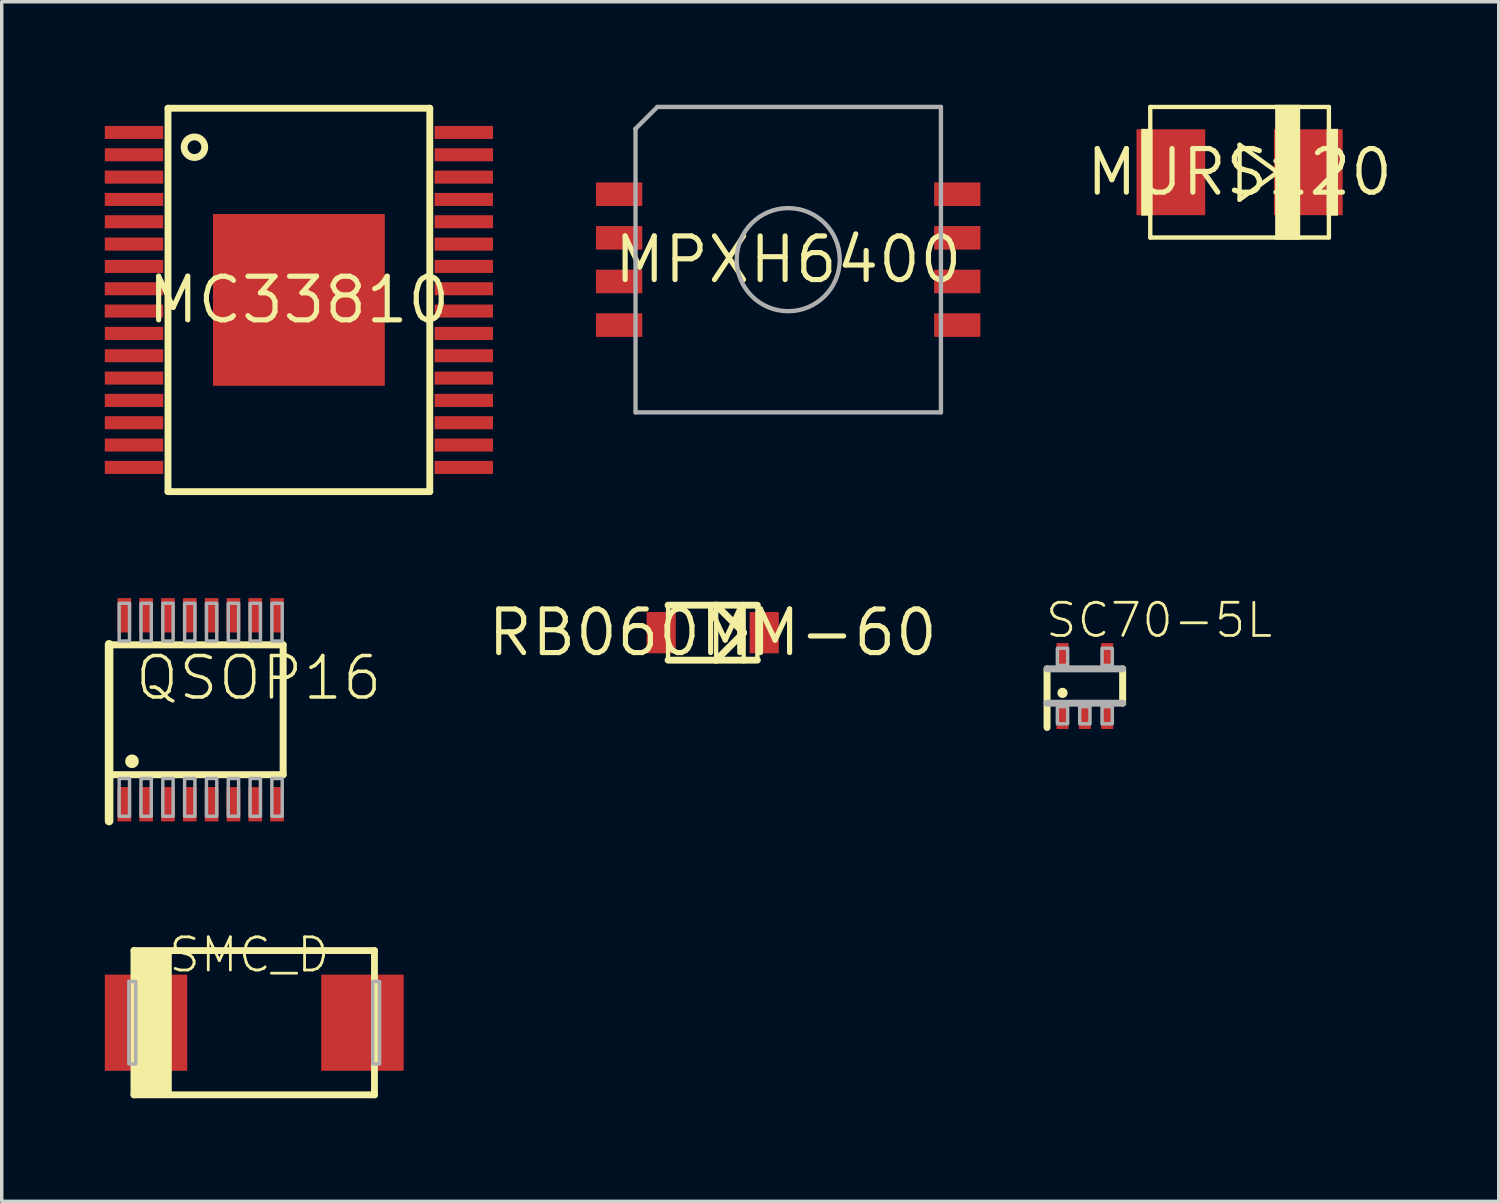
<source format=kicad_pcb>
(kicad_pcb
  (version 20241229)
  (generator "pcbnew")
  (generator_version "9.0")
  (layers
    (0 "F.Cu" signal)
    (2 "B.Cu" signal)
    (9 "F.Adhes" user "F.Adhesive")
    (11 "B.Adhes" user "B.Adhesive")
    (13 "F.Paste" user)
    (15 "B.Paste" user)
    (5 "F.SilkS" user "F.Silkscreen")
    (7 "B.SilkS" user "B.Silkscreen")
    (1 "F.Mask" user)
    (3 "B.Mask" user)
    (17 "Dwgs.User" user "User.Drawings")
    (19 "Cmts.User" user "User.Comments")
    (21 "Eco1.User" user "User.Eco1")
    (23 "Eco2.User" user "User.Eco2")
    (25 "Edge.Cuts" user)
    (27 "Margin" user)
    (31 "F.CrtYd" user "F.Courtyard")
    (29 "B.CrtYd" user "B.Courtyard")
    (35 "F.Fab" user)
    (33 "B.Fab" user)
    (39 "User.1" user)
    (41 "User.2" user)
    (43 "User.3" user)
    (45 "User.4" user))
  (footprint "MC33810"
    (layer "F.Cu")
    (at 5.65 5.68)
    (property "Reference" "MC33810" (at 0 0 0) (layer "F.SilkS") (effects (font (size 1.27 1.27) (thickness 0.15))))
    (attr through_hole)
    (fp_line (start -3.81 -5.58) (end -3.81 5.58) (stroke (width 0.2) (type solid)) (layer "F.SilkS"))
    (fp_line (start -3.81 5.58) (end 3.81 5.58) (stroke (width 0.2) (type solid)) (layer "F.SilkS"))
    (fp_line (start 3.81 -5.58) (end -3.81 -5.58) (stroke (width 0.2) (type solid)) (layer "F.SilkS"))
    (fp_line (start 3.81 5.58) (end 3.81 -5.58) (stroke (width 0.2) (type solid)) (layer "F.SilkS"))
    (fp_circle (center -3.04 -4.445) (end -2.74 -4.445) (stroke (width 0.2) (type solid)) (fill no) (layer "F.SilkS"))
    (pad "1" smd rect (at -4.8 -4.875) (size 1.7 0.38) (layers "F.Cu" "F.Mask" "F.Paste"))
    (pad "2" smd rect (at -4.8 -4.225) (size 1.7 0.38) (layers "F.Cu" "F.Mask" "F.Paste"))
    (pad "3" smd rect (at -4.8 -3.575) (size 1.7 0.38) (layers "F.Cu" "F.Mask" "F.Paste"))
    (pad "4" smd rect (at -4.8 -2.925) (size 1.7 0.38) (layers "F.Cu" "F.Mask" "F.Paste"))
    (pad "5" smd rect (at -4.8 -2.275) (size 1.7 0.38) (layers "F.Cu" "F.Mask" "F.Paste"))
    (pad "6" smd rect (at -4.8 -1.625) (size 1.7 0.38) (layers "F.Cu" "F.Mask" "F.Paste"))
    (pad "7" smd rect (at -4.8 -0.975) (size 1.7 0.38) (layers "F.Cu" "F.Mask" "F.Paste"))
    (pad "8" smd rect (at -4.8 -0.325) (size 1.7 0.38) (layers "F.Cu" "F.Mask" "F.Paste"))
    (pad "9" smd rect (at -4.8 0.325) (size 1.7 0.38) (layers "F.Cu" "F.Mask" "F.Paste"))
    (pad "10" smd rect (at -4.8 0.975) (size 1.7 0.38) (layers "F.Cu" "F.Mask" "F.Paste"))
    (pad "11" smd rect (at -4.8 1.625) (size 1.7 0.38) (layers "F.Cu" "F.Mask" "F.Paste"))
    (pad "12" smd rect (at -4.8 2.275) (size 1.7 0.38) (layers "F.Cu" "F.Mask" "F.Paste"))
    (pad "13" smd rect (at -4.8 2.925) (size 1.7 0.38) (layers "F.Cu" "F.Mask" "F.Paste"))
    (pad "14" smd rect (at -4.8 3.575) (size 1.7 0.38) (layers "F.Cu" "F.Mask" "F.Paste"))
    (pad "15" smd rect (at -4.8 4.225) (size 1.7 0.38) (layers "F.Cu" "F.Mask" "F.Paste"))
    (pad "16" smd rect (at -4.8 4.875) (size 1.7 0.38) (layers "F.Cu" "F.Mask" "F.Paste"))
    (pad "17" smd rect (at 4.8 4.875) (size 1.7 0.38) (layers "F.Cu" "F.Mask" "F.Paste"))
    (pad "18" smd rect (at 4.8 4.225) (size 1.7 0.38) (layers "F.Cu" "F.Mask" "F.Paste"))
    (pad "19" smd rect (at 4.8 3.575) (size 1.7 0.38) (layers "F.Cu" "F.Mask" "F.Paste"))
    (pad "20" smd rect (at 4.8 2.925) (size 1.7 0.38) (layers "F.Cu" "F.Mask" "F.Paste"))
    (pad "21" smd rect (at 4.8 2.275) (size 1.7 0.38) (layers "F.Cu" "F.Mask" "F.Paste"))
    (pad "22" smd rect (at 4.8 1.625) (size 1.7 0.38) (layers "F.Cu" "F.Mask" "F.Paste"))
    (pad "23" smd rect (at 4.8 0.975) (size 1.7 0.38) (layers "F.Cu" "F.Mask" "F.Paste"))
    (pad "24" smd rect (at 4.8 0.325) (size 1.7 0.38) (layers "F.Cu" "F.Mask" "F.Paste"))
    (pad "25" smd rect (at 4.8 -0.325) (size 1.7 0.38) (layers "F.Cu" "F.Mask" "F.Paste"))
    (pad "26" smd rect (at 4.8 -0.975) (size 1.7 0.38) (layers "F.Cu" "F.Mask" "F.Paste"))
    (pad "27" smd rect (at 4.8 -1.625) (size 1.7 0.38) (layers "F.Cu" "F.Mask" "F.Paste"))
    (pad "28" smd rect (at 4.8 -2.275) (size 1.7 0.38) (layers "F.Cu" "F.Mask" "F.Paste"))
    (pad "29" smd rect (at 4.8 -2.925) (size 1.7 0.38) (layers "F.Cu" "F.Mask" "F.Paste"))
    (pad "30" smd rect (at 4.8 -3.575) (size 1.7 0.38) (layers "F.Cu" "F.Mask" "F.Paste"))
    (pad "31" smd rect (at 4.8 -4.225) (size 1.7 0.38) (layers "F.Cu" "F.Mask" "F.Paste"))
    (pad "32" smd rect (at 4.8 -4.875) (size 1.7 0.38) (layers "F.Cu" "F.Mask" "F.Paste"))
    (pad "33" smd rect (at 0 0) (size 5 5) (layers "F.Cu" "F.Mask" "F.Paste")))
  (footprint "RB060MM-60"
    (layer "F.Cu")
    (at 17.696 15.366)
    (property "Reference" "RB060MM-60" (at 0 0 0) (layer "F.SilkS") (effects (font (size 1.27 1.27) (thickness 0.15))))
    (attr through_hole)
    (fp_line (start -1.3 -0.8) (end 0.1 -0.8) (stroke (width 0.2) (type solid)) (layer "F.SilkS"))
    (fp_line (start -1.3 0.8) (end -1.3 -0.8) (stroke (width 0.127) (type solid)) (layer "F.SilkS"))
    (fp_line (start 0.1 -0.8) (end 0.1 0.8) (stroke (width 0.127) (type solid)) (layer "F.SilkS"))
    (fp_line (start 0.1 -0.8) (end 0.9 -0.8) (stroke (width 0.2) (type solid)) (layer "F.SilkS"))
    (fp_line (start 0.1 -0.8) (end 0.9 0) (stroke (width 0.2) (type solid)) (layer "F.SilkS"))
    (fp_line (start 0.1 0.8) (end -1.3 0.8) (stroke (width 0.2) (type solid)) (layer "F.SilkS"))
    (fp_line (start 0.1 0.8) (end 0.9 0) (stroke (width 0.2) (type solid)) (layer "F.SilkS"))
    (fp_line (start 0.9 -0.8) (end 0.9 0) (stroke (width 0.127) (type solid)) (layer "F.SilkS"))
    (fp_line (start 0.9 -0.8) (end 1.3 -0.8) (stroke (width 0.2) (type solid)) (layer "F.SilkS"))
    (fp_line (start 0.9 0) (end 0.9 0.8) (stroke (width 0.127) (type solid)) (layer "F.SilkS"))
    (fp_line (start 0.9 0.8) (end 0.1 0.8) (stroke (width 0.2) (type solid)) (layer "F.SilkS"))
    (fp_line (start 1.3 -0.8) (end 1.3 0.8) (stroke (width 0.127) (type solid)) (layer "F.SilkS"))
    (fp_line (start 1.3 0.8) (end 0.9 0.8) (stroke (width 0.2) (type solid)) (layer "F.SilkS"))
    (pad "1" smd rect (at -1.5 0 90) (size 1.2 0.85) (layers "F.Cu" "F.Mask" "F.Paste"))
    (pad "2" smd rect (at 1.5 0 90) (size 1.2 0.85) (layers "F.Cu" "F.Mask" "F.Paste")))
  (footprint "QSOP16"
    (layer "F.Cu")
    (at 2.792 17.61)
    (property "Reference" "QSOP16" (at -1.97 -0.22 0) (layer "F.SilkS") (effects (font (size 1.206 1.206) (thickness 0.102)) (justify left bottom)))
    (attr through_hole)
    (fp_line (start -2.667 -1.89) (end 2.4 -1.89) (stroke (width 0.203) (type solid)) (layer "F.SilkS"))
    (fp_line (start -2.667 3.239) (end -2.667 -1.905) (stroke (width 0.25) (type solid)) (layer "F.SilkS"))
    (fp_line (start 2.4 -1.89) (end 2.4 1.89) (stroke (width 0.203) (type solid)) (layer "F.SilkS"))
    (fp_line (start 2.4 1.89) (end -2.667 1.89) (stroke (width 0.203) (type solid)) (layer "F.SilkS"))
    (fp_circle (center -2 1.5) (end -1.9 1.5) (stroke (width 0.2) (type solid)) (fill no) (layer "F.SilkS"))
    (fp_poly (pts (xy -2.373 -2) (xy -2.072 -2) (xy -2.072 -3.1) (xy -2.373 -3.1)) (stroke (width 0.1) (type solid)) (fill no) (layer "F.Fab"))
    (fp_poly (pts (xy -2.373 3.1) (xy -2.072 3.1) (xy -2.072 2) (xy -2.373 2)) (stroke (width 0.1) (type solid)) (fill no) (layer "F.Fab"))
    (fp_poly (pts (xy -1.738 -2) (xy -1.438 -2) (xy -1.438 -3.1) (xy -1.738 -3.1)) (stroke (width 0.1) (type solid)) (fill no) (layer "F.Fab"))
    (fp_poly (pts (xy -1.738 3.1) (xy -1.438 3.1) (xy -1.438 2) (xy -1.738 2)) (stroke (width 0.1) (type solid)) (fill no) (layer "F.Fab"))
    (fp_poly (pts (xy -1.103 -2) (xy -0.802 -2) (xy -0.802 -3.1) (xy -1.103 -3.1)) (stroke (width 0.1) (type solid)) (fill no) (layer "F.Fab"))
    (fp_poly (pts (xy -1.103 3.1) (xy -0.802 3.1) (xy -0.802 2) (xy -1.103 2)) (stroke (width 0.1) (type solid)) (fill no) (layer "F.Fab"))
    (fp_poly (pts (xy -0.468 -2) (xy -0.168 -2) (xy -0.168 -3.1) (xy -0.468 -3.1)) (stroke (width 0.1) (type solid)) (fill no) (layer "F.Fab"))
    (fp_poly (pts (xy -0.468 3.1) (xy -0.168 3.1) (xy -0.168 2) (xy -0.468 2)) (stroke (width 0.1) (type solid)) (fill no) (layer "F.Fab"))
    (fp_poly (pts (xy 0.168 -2) (xy 0.468 -2) (xy 0.468 -3.1) (xy 0.168 -3.1)) (stroke (width 0.1) (type solid)) (fill no) (layer "F.Fab"))
    (fp_poly (pts (xy 0.168 3.1) (xy 0.468 3.1) (xy 0.468 2) (xy 0.168 2)) (stroke (width 0.1) (type solid)) (fill no) (layer "F.Fab"))
    (fp_poly (pts (xy 0.802 -2) (xy 1.103 -2) (xy 1.103 -3.1) (xy 0.802 -3.1)) (stroke (width 0.1) (type solid)) (fill no) (layer "F.Fab"))
    (fp_poly (pts (xy 0.802 3.1) (xy 1.103 3.1) (xy 1.103 2) (xy 0.802 2)) (stroke (width 0.1) (type solid)) (fill no) (layer "F.Fab"))
    (fp_poly (pts (xy 1.438 -2) (xy 1.738 -2) (xy 1.738 -3.1) (xy 1.438 -3.1)) (stroke (width 0.1) (type solid)) (fill no) (layer "F.Fab"))
    (fp_poly (pts (xy 1.438 3.1) (xy 1.738 3.1) (xy 1.738 2) (xy 1.438 2)) (stroke (width 0.1) (type solid)) (fill no) (layer "F.Fab"))
    (fp_poly (pts (xy 2.072 -2) (xy 2.373 -2) (xy 2.373 -3.1) (xy 2.072 -3.1)) (stroke (width 0.1) (type solid)) (fill no) (layer "F.Fab"))
    (fp_poly (pts (xy 2.072 3.1) (xy 2.373 3.1) (xy 2.373 2) (xy 2.072 2)) (stroke (width 0.1) (type solid)) (fill no) (layer "F.Fab"))
    (pad "1" smd rect (at -2.223 2.75) (size 0.4 1) (layers "F.Cu" "F.Mask" "F.Paste"))
    (pad "2" smd rect (at -1.588 2.75) (size 0.4 1) (layers "F.Cu" "F.Mask" "F.Paste"))
    (pad "3" smd rect (at -0.953 2.75) (size 0.4 1) (layers "F.Cu" "F.Mask" "F.Paste"))
    (pad "4" smd rect (at -0.318 2.75) (size 0.4 1) (layers "F.Cu" "F.Mask" "F.Paste"))
    (pad "5" smd rect (at 0.318 2.75) (size 0.4 1) (layers "F.Cu" "F.Mask" "F.Paste"))
    (pad "6" smd rect (at 0.953 2.75) (size 0.4 1) (layers "F.Cu" "F.Mask" "F.Paste"))
    (pad "7" smd rect (at 1.588 2.75) (size 0.4 1) (layers "F.Cu" "F.Mask" "F.Paste"))
    (pad "8" smd rect (at 2.223 2.75) (size 0.4 1) (layers "F.Cu" "F.Mask" "F.Paste"))
    (pad "9" smd rect (at 2.223 -2.75) (size 0.4 1) (layers "F.Cu" "F.Mask" "F.Paste"))
    (pad "10" smd rect (at 1.588 -2.75) (size 0.4 1) (layers "F.Cu" "F.Mask" "F.Paste"))
    (pad "11" smd rect (at 0.953 -2.75) (size 0.4 1) (layers "F.Cu" "F.Mask" "F.Paste"))
    (pad "12" smd rect (at 0.318 -2.75) (size 0.4 1) (layers "F.Cu" "F.Mask" "F.Paste"))
    (pad "13" smd rect (at -0.318 -2.75) (size 0.4 1) (layers "F.Cu" "F.Mask" "F.Paste"))
    (pad "14" smd rect (at -0.953 -2.75) (size 0.4 1) (layers "F.Cu" "F.Mask" "F.Paste"))
    (pad "15" smd rect (at -1.588 -2.75) (size 0.4 1) (layers "F.Cu" "F.Mask" "F.Paste"))
    (pad "16" smd rect (at -2.223 -2.75) (size 0.4 1) (layers "F.Cu" "F.Mask" "F.Paste")))
  (footprint "SMC_D"
    (layer "F.Cu")
    (at 4.35 26.719)
    (property "Reference" "SMC_D" (at -2.54 -2.54 180) (layer "F.SilkS") (effects (font (size 0.965 0.965) (thickness 0.081)) (justify left top)))
    (attr through_hole)
    (fp_line (start -3.5 -2.1) (end 3.5 -2.1) (stroke (width 0.2) (type solid)) (layer "F.SilkS"))
    (fp_line (start -3.5 2.1) (end -3.5 -2.1) (stroke (width 0.2) (type solid)) (layer "F.SilkS"))
    (fp_line (start 3.5 -2.1) (end 3.5 2.1) (stroke (width 0.2) (type solid)) (layer "F.SilkS"))
    (fp_line (start 3.5 2.1) (end -3.5 2.1) (stroke (width 0.2) (type solid)) (layer "F.SilkS"))
    (fp_poly (pts (xy -3.5 2.1) (xy -2.4 2.1) (xy -2.4 -2.1) (xy -3.5 -2.1)) (stroke (width 0) (type solid)) (fill yes) (layer "F.SilkS"))
    (fp_poly (pts (xy -3.65 1.2) (xy -3.45 1.2) (xy -3.45 -1.2) (xy -3.65 -1.2)) (stroke (width 0.1) (type solid)) (fill no) (layer "F.Fab"))
    (fp_poly (pts (xy 3.65 -1.2) (xy 3.45 -1.2) (xy 3.45 1.2) (xy 3.65 1.2)) (stroke (width 0.1) (type solid)) (fill no) (layer "F.Fab"))
    (pad "+" smd rect (at -3.15 0) (size 2.4 2.8) (layers "F.Cu" "F.Mask" "F.Paste"))
    (pad "-" smd rect (at 3.15 0 180) (size 2.4 2.8) (layers "F.Cu" "F.Mask" "F.Paste")))
  (footprint "MURS120"
    (layer "F.Cu")
    (at 33.032 1.964)
    (property "Reference" "MURS120" (at 0 0 0) (layer "F.SilkS") (effects (font (size 1.27 1.27) (thickness 0.15))))
    (attr through_hole)
    (fp_line (start -2.6 -1.9) (end -2.6 1.9) (stroke (width 0.127) (type solid)) (layer "F.SilkS"))
    (fp_line (start -2.6 1.9) (end 2.6 1.9) (stroke (width 0.127) (type solid)) (layer "F.SilkS"))
    (fp_line (start 0 -0.8) (end 0 0.8) (stroke (width 0.127) (type solid)) (layer "F.SilkS"))
    (fp_line (start 0 0.8) (end 1.1 0) (stroke (width 0.127) (type solid)) (layer "F.SilkS"))
    (fp_line (start 1.1 0) (end 0 -0.8) (stroke (width 0.127) (type solid)) (layer "F.SilkS"))
    (fp_line (start 2.6 -1.9) (end -2.6 -1.9) (stroke (width 0.127) (type solid)) (layer "F.SilkS"))
    (fp_line (start 2.6 1.9) (end 2.6 -1.9) (stroke (width 0.127) (type solid)) (layer "F.SilkS"))
    (fp_poly (pts (xy -2.537 1.264) (xy -2.864 1.264) (xy -2.864 -1.264) (xy -2.537 -1.264)) (stroke (width 0) (type solid)) (fill yes) (layer "F.SilkS"))
    (fp_poly (pts (xy 1.764 1.964) (xy 1.036 1.964) (xy 1.036 -1.964) (xy 1.764 -1.964)) (stroke (width 0) (type solid)) (fill yes) (layer "F.SilkS"))
    (fp_poly (pts (xy 2.864 1.264) (xy 2.537 1.264) (xy 2.537 -1.264) (xy 2.864 -1.264)) (stroke (width 0) (type solid)) (fill yes) (layer "F.SilkS"))
    (pad "1" smd rect (at -2 0 180) (size 2 2.5) (layers "F.Cu" "F.Mask" "F.Paste"))
    (pad "2" smd rect (at 2 0 180) (size 2 2.5) (layers "F.Cu" "F.Mask" "F.Paste")))
  (footprint "SC70-5L"
    (layer "F.Cu")
    (at 28.528 16.919)
    (property "Reference" "SC70-5L" (at -1.2 -1.35 0) (layer "F.SilkS") (effects (font (size 0.965 0.965) (thickness 0.081)) (justify left bottom)))
    (attr through_hole)
    (fp_line (start -1.1 1.206) (end -1.1 -0.5) (stroke (width 0.203) (type solid)) (layer "F.SilkS"))
    (fp_line (start 1.1 -0.5) (end 1.1 0.5) (stroke (width 0.203) (type solid)) (layer "F.SilkS"))
    (fp_circle (center -0.65 0.2) (end -0.575 0.2) (stroke (width 0.15) (type solid)) (fill no) (layer "F.SilkS"))
    (fp_line (start -1.1 -0.5) (end 1.1 -0.5) (stroke (width 0.203) (type solid)) (layer "F.Fab"))
    (fp_line (start 1.1 0.5) (end -1.1 0.5) (stroke (width 0.203) (type solid)) (layer "F.Fab"))
    (fp_poly (pts (xy -0.8 -0.6) (xy -0.5 -0.6) (xy -0.5 -1.1) (xy -0.8 -1.1)) (stroke (width 0.1) (type solid)) (fill no) (layer "F.Fab"))
    (fp_poly (pts (xy -0.8 1.1) (xy -0.5 1.1) (xy -0.5 0.6) (xy -0.8 0.6)) (stroke (width 0.1) (type solid)) (fill no) (layer "F.Fab"))
    (fp_poly (pts (xy -0.15 1.1) (xy 0.15 1.1) (xy 0.15 0.6) (xy -0.15 0.6)) (stroke (width 0.1) (type solid)) (fill no) (layer "F.Fab"))
    (fp_poly (pts (xy 0.5 -0.6) (xy 0.8 -0.6) (xy 0.8 -1.1) (xy 0.5 -1.1)) (stroke (width 0.1) (type solid)) (fill no) (layer "F.Fab"))
    (fp_poly (pts (xy 0.5 1.1) (xy 0.8 1.1) (xy 0.8 0.6) (xy 0.5 0.6)) (stroke (width 0.1) (type solid)) (fill no) (layer "F.Fab"))
    (pad "1" smd rect (at -0.65 0.85) (size 0.35 0.8) (layers "F.Cu" "F.Mask" "F.Paste"))
    (pad "2" smd rect (at 0 0.85) (size 0.35 0.8) (layers "F.Cu" "F.Mask" "F.Paste"))
    (pad "3" smd rect (at 0.65 0.85) (size 0.35 0.8) (layers "F.Cu" "F.Mask" "F.Paste"))
    (pad "4" smd rect (at 0.65 -0.85) (size 0.35 0.8) (layers "F.Cu" "F.Mask" "F.Paste"))
    (pad "5" smd rect (at -0.65 -0.85) (size 0.35 0.8) (layers "F.Cu" "F.Mask" "F.Paste")))
  (footprint "MPXH6400"
    (layer "F.Cu")
    (at 19.894 4.508)
    (property "Reference" "MPXH6400" (at 0 0 0) (layer "F.SilkS") (effects (font (size 1.27 1.27) (thickness 0.15))))
    (attr through_hole)
    (fp_line (start -4.445 -3.81) (end -4.445 4.445) (stroke (width 0.127) (type solid)) (layer "F.Fab"))
    (fp_line (start -4.445 4.445) (end 4.445 4.445) (stroke (width 0.127) (type solid)) (layer "F.Fab"))
    (fp_line (start -3.81 -4.445) (end -4.445 -3.81) (stroke (width 0.127) (type solid)) (layer "F.Fab"))
    (fp_line (start 4.445 -4.445) (end -3.81 -4.445) (stroke (width 0.127) (type solid)) (layer "F.Fab"))
    (fp_line (start 4.445 4.445) (end 4.445 -4.445) (stroke (width 0.127) (type solid)) (layer "F.Fab"))
    (fp_circle (center 0 0) (end 1.5 0) (stroke (width 0.127) (type solid)) (fill no) (layer "F.Fab"))
    (pad "1" smd rect (at -4.921 -1.905 270) (size 0.686 1.346) (layers "F.Cu" "F.Mask" "F.Paste"))
    (pad "2" smd rect (at -4.921 -0.635 270) (size 0.686 1.346) (layers "F.Cu" "F.Mask" "F.Paste"))
    (pad "3" smd rect (at -4.921 0.635 270) (size 0.686 1.346) (layers "F.Cu" "F.Mask" "F.Paste"))
    (pad "4" smd rect (at -4.921 1.905 270) (size 0.686 1.346) (layers "F.Cu" "F.Mask" "F.Paste"))
    (pad "5" smd rect (at 4.921 1.905 270) (size 0.686 1.346) (layers "F.Cu" "F.Mask" "F.Paste"))
    (pad "6" smd rect (at 4.921 0.635 270) (size 0.686 1.346) (layers "F.Cu" "F.Mask" "F.Paste"))
    (pad "7" smd rect (at 4.921 -0.635 270) (size 0.686 1.346) (layers "F.Cu" "F.Mask" "F.Paste"))
    (pad "8" smd rect (at 4.921 -1.905 270) (size 0.686 1.346) (layers "F.Cu" "F.Mask" "F.Paste")))
  (gr_rect
    (start -3 -3)
    (end 40.575 31.919)
    (stroke (width 0.1) (type default))
    (fill no)
    (layer "Edge.Cuts")))
</source>
